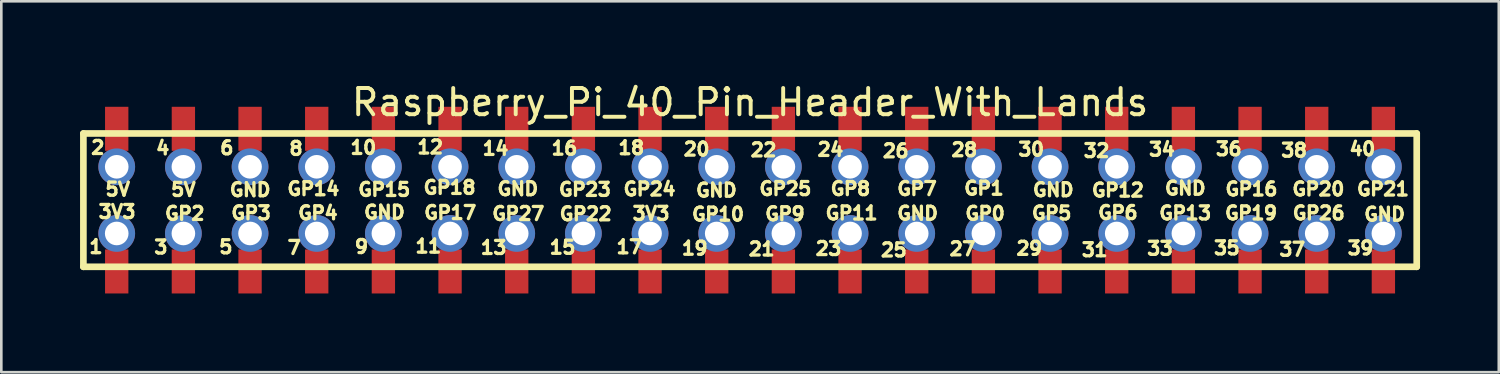
<source format=kicad_pcb>
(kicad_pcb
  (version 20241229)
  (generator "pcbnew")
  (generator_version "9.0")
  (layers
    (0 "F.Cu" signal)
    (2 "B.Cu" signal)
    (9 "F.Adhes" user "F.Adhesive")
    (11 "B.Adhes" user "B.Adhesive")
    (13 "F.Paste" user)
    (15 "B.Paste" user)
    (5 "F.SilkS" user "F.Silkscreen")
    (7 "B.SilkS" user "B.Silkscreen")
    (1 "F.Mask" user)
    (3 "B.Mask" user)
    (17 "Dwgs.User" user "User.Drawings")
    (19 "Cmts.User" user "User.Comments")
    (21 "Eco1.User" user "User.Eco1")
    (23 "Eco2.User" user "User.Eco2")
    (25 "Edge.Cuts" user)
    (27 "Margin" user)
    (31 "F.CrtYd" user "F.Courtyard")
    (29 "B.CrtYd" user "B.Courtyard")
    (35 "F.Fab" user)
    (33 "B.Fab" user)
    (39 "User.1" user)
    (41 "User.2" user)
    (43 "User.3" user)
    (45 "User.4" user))
  (footprint "Raspberry_Pi_40_Pin_Header_With_Lands"
    (layer "F.Cu")
    (at 25.427 4.625)
    (property "Reference" "Raspberry_Pi_40_Pin_Header_With_Lands" (at 0.1 -3.777 0) (layer "F.SilkS") (effects (font (size 1 1) (thickness 0.15))))
    (attr through_hole)
    (fp_line (start -25.3 -2.59) (end 25.5 -2.59) (stroke (width 0.254) (type solid)) (layer "F.SilkS"))
    (fp_line (start -25.3 2.49) (end -25.3 -2.59) (stroke (width 0.254) (type solid)) (layer "F.SilkS"))
    (fp_line (start 25.5 -2.59) (end 25.5 2.49) (stroke (width 0.254) (type solid)) (layer "F.SilkS"))
    (fp_line (start 25.5 2.49) (end -25.3 2.49) (stroke (width 0.254) (type solid)) (layer "F.SilkS"))
    (fp_text user "GND" (at -9.591 -0.188 0) (unlocked yes) (layer "F.SilkS") (effects (font (size 0.5 0.5) (thickness 0.125)) (justify left bottom)))
    (fp_text user "GP22" (at -6.162 0.767 0) (unlocked yes) (layer "F.SilkS") (effects (font (size 0.5 0.5) (thickness 0.125)) (justify bottom)))
    (fp_text user "27" (at 8.193 2.102 0) (unlocked yes) (layer "F.SilkS") (effects (font (size 0.5 0.5) (thickness 0.125)) (justify bottom)))
    (fp_text user "GP21" (at 24.214 -0.178 0) (unlocked yes) (layer "F.SilkS") (effects (font (size 0.5 0.5) (thickness 0.125)) (justify bottom)))
    (fp_text user "37" (at 20.756 2.12 0) (unlocked yes) (layer "F.SilkS") (effects (font (size 0.5 0.5) (thickness 0.125)) (justify bottom)))
    (fp_text user "GND" (at -19.79 -0.15 0) (unlocked yes) (layer "F.SilkS") (effects (font (size 0.5 0.5) (thickness 0.125)) (justify left bottom)))
    (fp_text user "GP0" (at 9.055 0.752 0) (unlocked yes) (layer "F.SilkS") (effects (font (size 0.5 0.5) (thickness 0.125)) (justify bottom)))
    (fp_text user "GND" (at 5.641 0.747 0) (unlocked yes) (layer "F.SilkS") (effects (font (size 0.5 0.5) (thickness 0.125)) (justify left bottom)))
    (fp_text user "GP27" (at -8.731 0.758 0) (unlocked yes) (layer "F.SilkS") (effects (font (size 0.5 0.5) (thickness 0.125)) (justify bottom)))
    (fp_text user "36" (at 18.339 -1.709 0) (unlocked yes) (layer "F.SilkS") (effects (font (size 0.5 0.5) (thickness 0.125)) (justify bottom)))
    (fp_text user "39" (at 23.358 2.069 0) (unlocked yes) (layer "F.SilkS") (effects (font (size 0.5 0.5) (thickness 0.125)) (justify bottom)))
    (fp_text user "GP4" (at -16.364 0.731 0) (unlocked yes) (layer "F.SilkS") (effects (font (size 0.5 0.5) (thickness 0.125)) (justify bottom)))
    (fp_text user "18" (at -4.425 -1.75 0) (unlocked yes) (layer "F.SilkS") (effects (font (size 0.5 0.5) (thickness 0.125)) (justify bottom)))
    (fp_text user "25" (at 5.579 2.144 0) (unlocked yes) (layer "F.SilkS") (effects (font (size 0.5 0.5) (thickness 0.125)) (justify bottom)))
    (fp_text user "31" (at 13.229 2.137 0) (unlocked yes) (layer "F.SilkS") (effects (font (size 0.5 0.5) (thickness 0.125)) (justify bottom)))
    (fp_text user "26" (at 5.651 -1.632 0) (unlocked yes) (layer "F.SilkS") (effects (font (size 0.5 0.5) (thickness 0.125)) (justify bottom)))
    (fp_text user "4" (at -22.276 -1.742 0) (unlocked yes) (layer "F.SilkS") (effects (font (size 0.5 0.5) (thickness 0.125)) (justify bottom)))
    (fp_text user "GP14" (at -16.537 -0.188 0) (unlocked yes) (layer "F.SilkS") (effects (font (size 0.5 0.5) (thickness 0.125)) (justify bottom)))
    (fp_text user "GP6" (at 14.115 0.721 0) (unlocked yes) (layer "F.SilkS") (effects (font (size 0.5 0.5) (thickness 0.125)) (justify bottom)))
    (fp_text user "34" (at 15.792 -1.691 0) (unlocked yes) (layer "F.SilkS") (effects (font (size 0.5 0.5) (thickness 0.125)) (justify bottom)))
    (fp_text user "29" (at 10.74 2.084 0) (unlocked yes) (layer "F.SilkS") (effects (font (size 0.5 0.5) (thickness 0.125)) (justify bottom)))
    (fp_text user "3" (at -22.347 2.034 0) (unlocked yes) (layer "F.SilkS") (effects (font (size 0.5 0.5) (thickness 0.125)) (justify bottom)))
    (fp_text user "GND" (at -14.673 0.708 0) (unlocked yes) (layer "F.SilkS") (effects (font (size 0.5 0.5) (thickness 0.125)) (justify left bottom)))
    (fp_text user "GP16" (at 19.202 -0.178 0) (unlocked yes) (layer "F.SilkS") (effects (font (size 0.5 0.5) (thickness 0.125)) (justify bottom)))
    (fp_text user "6" (at -19.835 -1.747 0) (unlocked yes) (layer "F.SilkS") (effects (font (size 0.5 0.5) (thickness 0.125)) (justify bottom)))
    (fp_text user "GND" (at 15.839 -0.207 0) (unlocked yes) (layer "F.SilkS") (effects (font (size 0.5 0.5) (thickness 0.125)) (justify left bottom)))
    (fp_text user "12" (at -12.086 -1.777 0) (unlocked yes) (layer "F.SilkS") (effects (font (size 0.5 0.5) (thickness 0.125)) (justify bottom)))
    (fp_text user "GP1" (at 9.011 -0.206 0) (unlocked yes) (layer "F.SilkS") (effects (font (size 0.5 0.5) (thickness 0.125)) (justify bottom)))
    (fp_text user "28" (at 8.265 -1.674 0) (unlocked yes) (layer "F.SilkS") (effects (font (size 0.5 0.5) (thickness 0.125)) (justify bottom)))
    (fp_text user "GP7" (at 6.461 -0.192 0) (unlocked yes) (layer "F.SilkS") (effects (font (size 0.5 0.5) (thickness 0.125)) (justify bottom)))
    (fp_text user "8" (at -17.198 -1.724 0) (unlocked yes) (layer "F.SilkS") (effects (font (size 0.5 0.5) (thickness 0.125)) (justify bottom)))
    (fp_text user "23" (at 3.091 2.091 0) (unlocked yes) (layer "F.SilkS") (effects (font (size 0.5 0.5) (thickness 0.125)) (justify bottom)))
    (fp_text user "GND" (at -2.026 -0.133 0) (unlocked yes) (layer "F.SilkS") (effects (font (size 0.5 0.5) (thickness 0.125)) (justify left bottom)))
    (fp_text user "7" (at -17.27 2.052 0) (unlocked yes) (layer "F.SilkS") (effects (font (size 0.5 0.5) (thickness 0.125)) (justify bottom)))
    (fp_text user "2" (at -24.75 -1.758 0) (unlocked yes) (layer "F.SilkS") (effects (font (size 0.5 0.5) (thickness 0.125)) (justify bottom)))
    (fp_text user "GP25" (at 1.445 -0.192 0) (unlocked yes) (layer "F.SilkS") (effects (font (size 0.5 0.5) (thickness 0.125)) (justify bottom)))
    (fp_text user "20" (at -1.936 -1.697 0) (unlocked yes) (layer "F.SilkS") (effects (font (size 0.5 0.5) (thickness 0.125)) (justify bottom)))
    (fp_text user "13" (at -9.669 2.052 0) (unlocked yes) (layer "F.SilkS") (effects (font (size 0.5 0.5) (thickness 0.125)) (justify bottom)))
    (fp_text user "40" (at 23.43 -1.708 0) (unlocked yes) (layer "F.SilkS") (effects (font (size 0.5 0.5) (thickness 0.125)) (justify bottom)))
    (fp_text user "GP11" (at 3.969 0.737 0) (unlocked yes) (layer "F.SilkS") (effects (font (size 0.5 0.5) (thickness 0.125)) (justify bottom)))
    (fp_text user "GP12" (at 14.115 -0.134 0) (unlocked yes) (layer "F.SilkS") (effects (font (size 0.5 0.5) (thickness 0.125)) (justify bottom)))
    (fp_text user "GP2" (at -21.437 0.753 0) (unlocked yes) (layer "F.SilkS") (effects (font (size 0.5 0.5) (thickness 0.125)) (justify bottom)))
    (fp_text user "GP13" (at 16.681 0.736 0) (unlocked yes) (layer "F.SilkS") (effects (font (size 0.5 0.5) (thickness 0.125)) (justify bottom)))
    (fp_text user "GP3" (at -18.911 0.731 0) (unlocked yes) (layer "F.SilkS") (effects (font (size 0.5 0.5) (thickness 0.125)) (justify bottom)))
    (fp_text user "GP9" (at 1.43 0.767 0) (unlocked yes) (layer "F.SilkS") (effects (font (size 0.5 0.5) (thickness 0.125)) (justify bottom)))
    (fp_text user "GP5" (at 11.591 0.737 0) (unlocked yes) (layer "F.SilkS") (effects (font (size 0.5 0.5) (thickness 0.125)) (justify bottom)))
    (fp_text user "1" (at -24.822 2.019 0) (unlocked yes) (layer "F.SilkS") (effects (font (size 0.5 0.5) (thickness 0.125)) (justify bottom)))
    (fp_text user "24" (at 3.163 -1.685 0) (unlocked yes) (layer "F.SilkS") (effects (font (size 0.5 0.5) (thickness 0.125)) (justify bottom)))
    (fp_text user "GP24" (at -3.73 -0.177 0) (unlocked yes) (layer "F.SilkS") (effects (font (size 0.5 0.5) (thickness 0.125)) (justify bottom)))
    (fp_text user "GP26" (at 21.767 0.736 0) (unlocked yes) (layer "F.SilkS") (effects (font (size 0.5 0.5) (thickness 0.125)) (justify bottom)))
    (fp_text user "15" (at -7.044 2.043 0) (unlocked yes) (layer "F.SilkS") (effects (font (size 0.5 0.5) (thickness 0.125)) (justify bottom)))
    (fp_text user "11" (at -12.158 1.999 0) (unlocked yes) (layer "F.SilkS") (effects (font (size 0.5 0.5) (thickness 0.125)) (justify bottom)))
    (fp_text user "GND" (at 23.433 0.784 0) (unlocked yes) (layer "F.SilkS") (effects (font (size 0.5 0.5) (thickness 0.125)) (justify left bottom)))
    (fp_text user "GP10" (at -1.12 0.781 0) (unlocked yes) (layer "F.SilkS") (effects (font (size 0.5 0.5) (thickness 0.125)) (justify bottom)))
    (fp_text user "GP20" (at 21.752 -0.178 0) (unlocked yes) (layer "F.SilkS") (effects (font (size 0.5 0.5) (thickness 0.125)) (justify bottom)))
    (fp_text user "32" (at 13.301 -1.639 0) (unlocked yes) (layer "F.SilkS") (effects (font (size 0.5 0.5) (thickness 0.125)) (justify bottom)))
    (fp_text user "GP18" (at -11.348 -0.237 0) (unlocked yes) (layer "F.SilkS") (effects (font (size 0.5 0.5) (thickness 0.125)) (justify bottom)))
    (fp_text user "3V3" (at -3.671 0.752 0) (unlocked yes) (layer "F.SilkS") (effects (font (size 0.5 0.5) (thickness 0.125)) (justify bottom)))
    (fp_text user "GP8" (at 3.925 -0.192 0) (unlocked yes) (layer "F.SilkS") (effects (font (size 0.5 0.5) (thickness 0.125)) (justify bottom)))
    (fp_text user "17" (at -4.497 2.026 0) (unlocked yes) (layer "F.SilkS") (effects (font (size 0.5 0.5) (thickness 0.125)) (justify bottom)))
    (fp_text user "16" (at -6.972 -1.733 0) (unlocked yes) (layer "F.SilkS") (effects (font (size 0.5 0.5) (thickness 0.125)) (justify bottom)))
    (fp_text user "22" (at 0.615 -1.668 0) (unlocked yes) (layer "F.SilkS") (effects (font (size 0.5 0.5) (thickness 0.125)) (justify bottom)))
    (fp_text user "38" (at 20.828 -1.656 0) (unlocked yes) (layer "F.SilkS") (effects (font (size 0.5 0.5) (thickness 0.125)) (justify bottom)))
    (fp_text user "10" (at -14.633 -1.76 0) (unlocked yes) (layer "F.SilkS") (effects (font (size 0.5 0.5) (thickness 0.125)) (justify bottom)))
    (fp_text user "GP17" (at -11.323 0.721 0) (unlocked yes) (layer "F.SilkS") (effects (font (size 0.5 0.5) (thickness 0.125)) (justify bottom)))
    (fp_text user "5V" (at -24.526 -0.171 0) (unlocked yes) (layer "F.SilkS") (effects (font (size 0.5 0.5) (thickness 0.125)) (justify left bottom)))
    (fp_text user "GP15" (at -13.837 -0.16 0) (unlocked yes) (layer "F.SilkS") (effects (font (size 0.5 0.5) (thickness 0.125)) (justify bottom)))
    (fp_text user "GND" (at 11.653 -0.149 0) (unlocked yes) (layer "F.SilkS") (effects (font (size 0.5 0.5) (thickness 0.125)) (justify bottom)))
    (fp_text user "9" (at -14.705 2.016 0) (unlocked yes) (layer "F.SilkS") (effects (font (size 0.5 0.5) (thickness 0.125)) (justify bottom)))
    (fp_text user "33" (at 15.72 2.085 0) (unlocked yes) (layer "F.SilkS") (effects (font (size 0.5 0.5) (thickness 0.125)) (justify bottom)))
    (fp_text user "35" (at 18.267 2.067 0) (unlocked yes) (layer "F.SilkS") (effects (font (size 0.5 0.5) (thickness 0.125)) (justify bottom)))
    (fp_text user "14" (at -9.597 -1.724 0) (unlocked yes) (layer "F.SilkS") (effects (font (size 0.5 0.5) (thickness 0.125)) (justify bottom)))
    (fp_text user "GP19" (at 19.187 0.736 0) (unlocked yes) (layer "F.SilkS") (effects (font (size 0.5 0.5) (thickness 0.125)) (justify bottom)))
    (fp_text user "21" (at 0.543 2.108 0) (unlocked yes) (layer "F.SilkS") (effects (font (size 0.5 0.5) (thickness 0.125)) (justify bottom)))
    (fp_text user "5" (at -19.872 2.025 0) (unlocked yes) (layer "F.SilkS") (effects (font (size 0.5 0.5) (thickness 0.125)) (justify bottom)))
    (fp_text user "30" (at 10.812 -1.692 0) (unlocked yes) (layer "F.SilkS") (effects (font (size 0.5 0.5) (thickness 0.125)) (justify bottom)))
    (fp_text user "3V3" (at -24.789 0.683 0) (unlocked yes) (layer "F.SilkS") (effects (font (size 0.5 0.5) (thickness 0.125)) (justify left bottom)))
    (fp_text user "GP23" (at -6.192 -0.162 0) (unlocked yes) (layer "F.SilkS") (effects (font (size 0.5 0.5) (thickness 0.125)) (justify bottom)))
    (fp_text user "19" (at -2.008 2.079 0) (unlocked yes) (layer "F.SilkS") (effects (font (size 0.5 0.5) (thickness 0.125)) (justify bottom)))
    (fp_text user "5V" (at -22.025 -0.159 0) (unlocked yes) (layer "F.SilkS") (effects (font (size 0.5 0.5) (thickness 0.125)) (justify left bottom)))
    (pad "" thru_hole circle (at -24.03 -1.32) (size 1.4 1.4) (drill 0.9) (layers "*.Cu" "*.Mask"))
    (pad "" thru_hole circle (at -24.03 1.22) (size 1.4 1.4) (drill 0.9) (layers "*.Cu" "*.Mask"))
    (pad "" thru_hole circle (at -21.49 -1.32) (size 1.4 1.4) (drill 0.9) (layers "*.Cu" "*.Mask"))
    (pad "" thru_hole circle (at -21.49 1.22) (size 1.4 1.4) (drill 0.9) (layers "*.Cu" "*.Mask"))
    (pad "" thru_hole circle (at -18.95 -1.32) (size 1.4 1.4) (drill 0.9) (layers "*.Cu" "*.Mask"))
    (pad "" thru_hole circle (at -18.95 1.22) (size 1.4 1.4) (drill 0.9) (layers "*.Cu" "*.Mask"))
    (pad "" thru_hole circle (at -16.41 -1.32) (size 1.4 1.4) (drill 0.9) (layers "*.Cu" "*.Mask"))
    (pad "" thru_hole circle (at -16.41 1.22) (size 1.4 1.4) (drill 0.9) (layers "*.Cu" "*.Mask"))
    (pad "" thru_hole circle (at -13.87 -1.32) (size 1.4 1.4) (drill 0.9) (layers "*.Cu" "*.Mask"))
    (pad "" thru_hole circle (at -13.87 1.22) (size 1.4 1.4) (drill 0.9) (layers "*.Cu" "*.Mask"))
    (pad "" thru_hole circle (at -11.33 -1.32) (size 1.4 1.4) (drill 0.9) (layers "*.Cu" "*.Mask"))
    (pad "" thru_hole circle (at -11.33 1.22) (size 1.4 1.4) (drill 0.9) (layers "*.Cu" "*.Mask"))
    (pad "" thru_hole circle (at -8.79 -1.32) (size 1.4 1.4) (drill 0.9) (layers "*.Cu" "*.Mask"))
    (pad "" thru_hole circle (at -8.79 1.22) (size 1.4 1.4) (drill 0.9) (layers "*.Cu" "*.Mask"))
    (pad "" thru_hole circle (at -6.25 -1.32) (size 1.4 1.4) (drill 0.9) (layers "*.Cu" "*.Mask"))
    (pad "" thru_hole circle (at -6.25 1.22) (size 1.4 1.4) (drill 0.9) (layers "*.Cu" "*.Mask"))
    (pad "" thru_hole circle (at -3.71 -1.32) (size 1.4 1.4) (drill 0.9) (layers "*.Cu" "*.Mask"))
    (pad "" thru_hole circle (at -3.71 1.22) (size 1.4 1.4) (drill 0.9) (layers "*.Cu" "*.Mask"))
    (pad "" thru_hole circle (at -1.17 -1.32) (size 1.4 1.4) (drill 0.9) (layers "*.Cu" "*.Mask"))
    (pad "" thru_hole circle (at -1.17 1.22) (size 1.4 1.4) (drill 0.9) (layers "*.Cu" "*.Mask"))
    (pad "" thru_hole circle (at 1.37 -1.32) (size 1.4 1.4) (drill 0.9) (layers "*.Cu" "*.Mask"))
    (pad "" thru_hole circle (at 1.37 1.22) (size 1.4 1.4) (drill 0.9) (layers "*.Cu" "*.Mask"))
    (pad "" thru_hole circle (at 3.91 -1.32) (size 1.4 1.4) (drill 0.9) (layers "*.Cu" "*.Mask"))
    (pad "" thru_hole circle (at 3.91 1.22) (size 1.4 1.4) (drill 0.9) (layers "*.Cu" "*.Mask"))
    (pad "" thru_hole circle (at 6.45 -1.32) (size 1.4 1.4) (drill 0.9) (layers "*.Cu" "*.Mask"))
    (pad "" thru_hole circle (at 6.45 1.22) (size 1.4 1.4) (drill 0.9) (layers "*.Cu" "*.Mask"))
    (pad "" thru_hole circle (at 8.99 -1.32) (size 1.4 1.4) (drill 0.9) (layers "*.Cu" "*.Mask"))
    (pad "" thru_hole circle (at 8.99 1.22) (size 1.4 1.4) (drill 0.9) (layers "*.Cu" "*.Mask"))
    (pad "" thru_hole circle (at 11.53 -1.32) (size 1.4 1.4) (drill 0.9) (layers "*.Cu" "*.Mask"))
    (pad "" thru_hole circle (at 11.53 1.22) (size 1.4 1.4) (drill 0.9) (layers "*.Cu" "*.Mask"))
    (pad "" thru_hole circle (at 14.07 -1.32) (size 1.4 1.4) (drill 0.9) (layers "*.Cu" "*.Mask"))
    (pad "" thru_hole circle (at 14.07 1.22) (size 1.4 1.4) (drill 0.9) (layers "*.Cu" "*.Mask"))
    (pad "" thru_hole circle (at 16.61 -1.32) (size 1.4 1.4) (drill 0.9) (layers "*.Cu" "*.Mask"))
    (pad "" thru_hole circle (at 16.61 1.22) (size 1.4 1.4) (drill 0.9) (layers "*.Cu" "*.Mask"))
    (pad "" thru_hole circle (at 19.15 -1.32) (size 1.4 1.4) (drill 0.9) (layers "*.Cu" "*.Mask"))
    (pad "" thru_hole circle (at 19.15 1.22) (size 1.4 1.4) (drill 0.9) (layers "*.Cu" "*.Mask"))
    (pad "" thru_hole circle (at 21.69 -1.32) (size 1.4 1.4) (drill 0.9) (layers "*.Cu" "*.Mask"))
    (pad "" thru_hole circle (at 21.69 1.22) (size 1.4 1.4) (drill 0.9) (layers "*.Cu" "*.Mask"))
    (pad "" thru_hole circle (at 24.23 -1.32) (size 1.4 1.4) (drill 0.9) (layers "*.Cu" "*.Mask"))
    (pad "" thru_hole circle (at 24.23 1.22) (size 1.4 1.4) (drill 0.9) (layers "*.Cu" "*.Mask"))
    (pad "1" smd rect (at -24.03 2.668 180) (size 0.889 1.676) (layers "F.Cu" "F.Mask" "F.Paste"))
    (pad "2" smd rect (at -24.03 -2.768 180) (size 0.889 1.676) (layers "F.Cu" "F.Mask" "F.Paste"))
    (pad "3" smd rect (at -21.49 2.668 180) (size 0.889 1.676) (layers "F.Cu" "F.Mask" "F.Paste"))
    (pad "4" smd rect (at -21.49 -2.768 180) (size 0.889 1.676) (layers "F.Cu" "F.Mask" "F.Paste"))
    (pad "5" smd rect (at -18.95 2.668 180) (size 0.889 1.676) (layers "F.Cu" "F.Mask" "F.Paste"))
    (pad "6" smd rect (at -18.95 -2.768 180) (size 0.889 1.676) (layers "F.Cu" "F.Mask" "F.Paste"))
    (pad "7" smd rect (at -16.41 2.668 180) (size 0.889 1.676) (layers "F.Cu" "F.Mask" "F.Paste"))
    (pad "8" smd rect (at -16.41 -2.768 180) (size 0.889 1.676) (layers "F.Cu" "F.Mask" "F.Paste"))
    (pad "9" smd rect (at -13.87 2.668 180) (size 0.889 1.676) (layers "F.Cu" "F.Mask" "F.Paste"))
    (pad "10" smd rect (at -13.87 -2.768 180) (size 0.889 1.676) (layers "F.Cu" "F.Mask" "F.Paste"))
    (pad "11" smd rect (at -11.33 2.668 180) (size 0.889 1.676) (layers "F.Cu" "F.Mask" "F.Paste"))
    (pad "12" smd rect (at -11.33 -2.768 180) (size 0.889 1.676) (layers "F.Cu" "F.Mask" "F.Paste"))
    (pad "13" smd rect (at -8.79 2.668 180) (size 0.889 1.676) (layers "F.Cu" "F.Mask" "F.Paste"))
    (pad "14" smd rect (at -8.79 -2.768 180) (size 0.889 1.676) (layers "F.Cu" "F.Mask" "F.Paste"))
    (pad "15" smd rect (at -6.25 2.668 180) (size 0.889 1.676) (layers "F.Cu" "F.Mask" "F.Paste"))
    (pad "16" smd rect (at -6.25 -2.768 180) (size 0.889 1.676) (layers "F.Cu" "F.Mask" "F.Paste"))
    (pad "17" smd rect (at -3.71 2.668 180) (size 0.889 1.676) (layers "F.Cu" "F.Mask" "F.Paste"))
    (pad "18" smd rect (at -3.71 -2.768 180) (size 0.889 1.676) (layers "F.Cu" "F.Mask" "F.Paste"))
    (pad "19" smd rect (at -1.17 2.668 180) (size 0.889 1.676) (layers "F.Cu" "F.Mask" "F.Paste"))
    (pad "20" smd rect (at -1.17 -2.768 180) (size 0.889 1.676) (layers "F.Cu" "F.Mask" "F.Paste"))
    (pad "21" smd rect (at 1.37 2.668 180) (size 0.889 1.676) (layers "F.Cu" "F.Mask" "F.Paste"))
    (pad "22" smd rect (at 1.37 -2.768 180) (size 0.889 1.676) (layers "F.Cu" "F.Mask" "F.Paste"))
    (pad "23" smd rect (at 3.91 2.668 180) (size 0.889 1.676) (layers "F.Cu" "F.Mask" "F.Paste"))
    (pad "24" smd rect (at 3.91 -2.768 180) (size 0.889 1.676) (layers "F.Cu" "F.Mask" "F.Paste"))
    (pad "25" smd rect (at 6.45 2.668 180) (size 0.889 1.676) (layers "F.Cu" "F.Mask" "F.Paste"))
    (pad "26" smd rect (at 6.45 -2.768 180) (size 0.889 1.676) (layers "F.Cu" "F.Mask" "F.Paste"))
    (pad "27" smd rect (at 8.99 2.668 180) (size 0.889 1.676) (layers "F.Cu" "F.Mask" "F.Paste"))
    (pad "28" smd rect (at 8.99 -2.768 180) (size 0.889 1.676) (layers "F.Cu" "F.Mask" "F.Paste"))
    (pad "29" smd rect (at 11.53 2.668 180) (size 0.889 1.676) (layers "F.Cu" "F.Mask" "F.Paste"))
    (pad "30" smd rect (at 11.53 -2.768 180) (size 0.889 1.676) (layers "F.Cu" "F.Mask" "F.Paste"))
    (pad "31" smd rect (at 14.07 2.668 180) (size 0.889 1.676) (layers "F.Cu" "F.Mask" "F.Paste"))
    (pad "32" smd rect (at 14.07 -2.768 180) (size 0.889 1.676) (layers "F.Cu" "F.Mask" "F.Paste"))
    (pad "33" smd rect (at 16.61 2.668 180) (size 0.889 1.676) (layers "F.Cu" "F.Mask" "F.Paste"))
    (pad "34" smd rect (at 16.61 -2.768 180) (size 0.889 1.676) (layers "F.Cu" "F.Mask" "F.Paste"))
    (pad "35" smd rect (at 19.15 2.668 180) (size 0.889 1.676) (layers "F.Cu" "F.Mask" "F.Paste"))
    (pad "36" smd rect (at 19.15 -2.768 180) (size 0.889 1.676) (layers "F.Cu" "F.Mask" "F.Paste"))
    (pad "37" smd rect (at 21.69 2.668 180) (size 0.889 1.676) (layers "F.Cu" "F.Mask" "F.Paste"))
    (pad "38" smd rect (at 21.69 -2.768 180) (size 0.889 1.676) (layers "F.Cu" "F.Mask" "F.Paste"))
    (pad "39" smd rect (at 24.23 2.668 180) (size 0.889 1.676) (layers "F.Cu" "F.Mask" "F.Paste"))
    (pad "40" smd rect (at 24.23 -2.768 180) (size 0.889 1.676) (layers "F.Cu" "F.Mask" "F.Paste")))
  (gr_rect
    (start -3 -3)
    (end 54.054 11.131)
    (stroke (width 0.1) (type default))
    (fill no)
    (layer "Edge.Cuts")))
</source>
